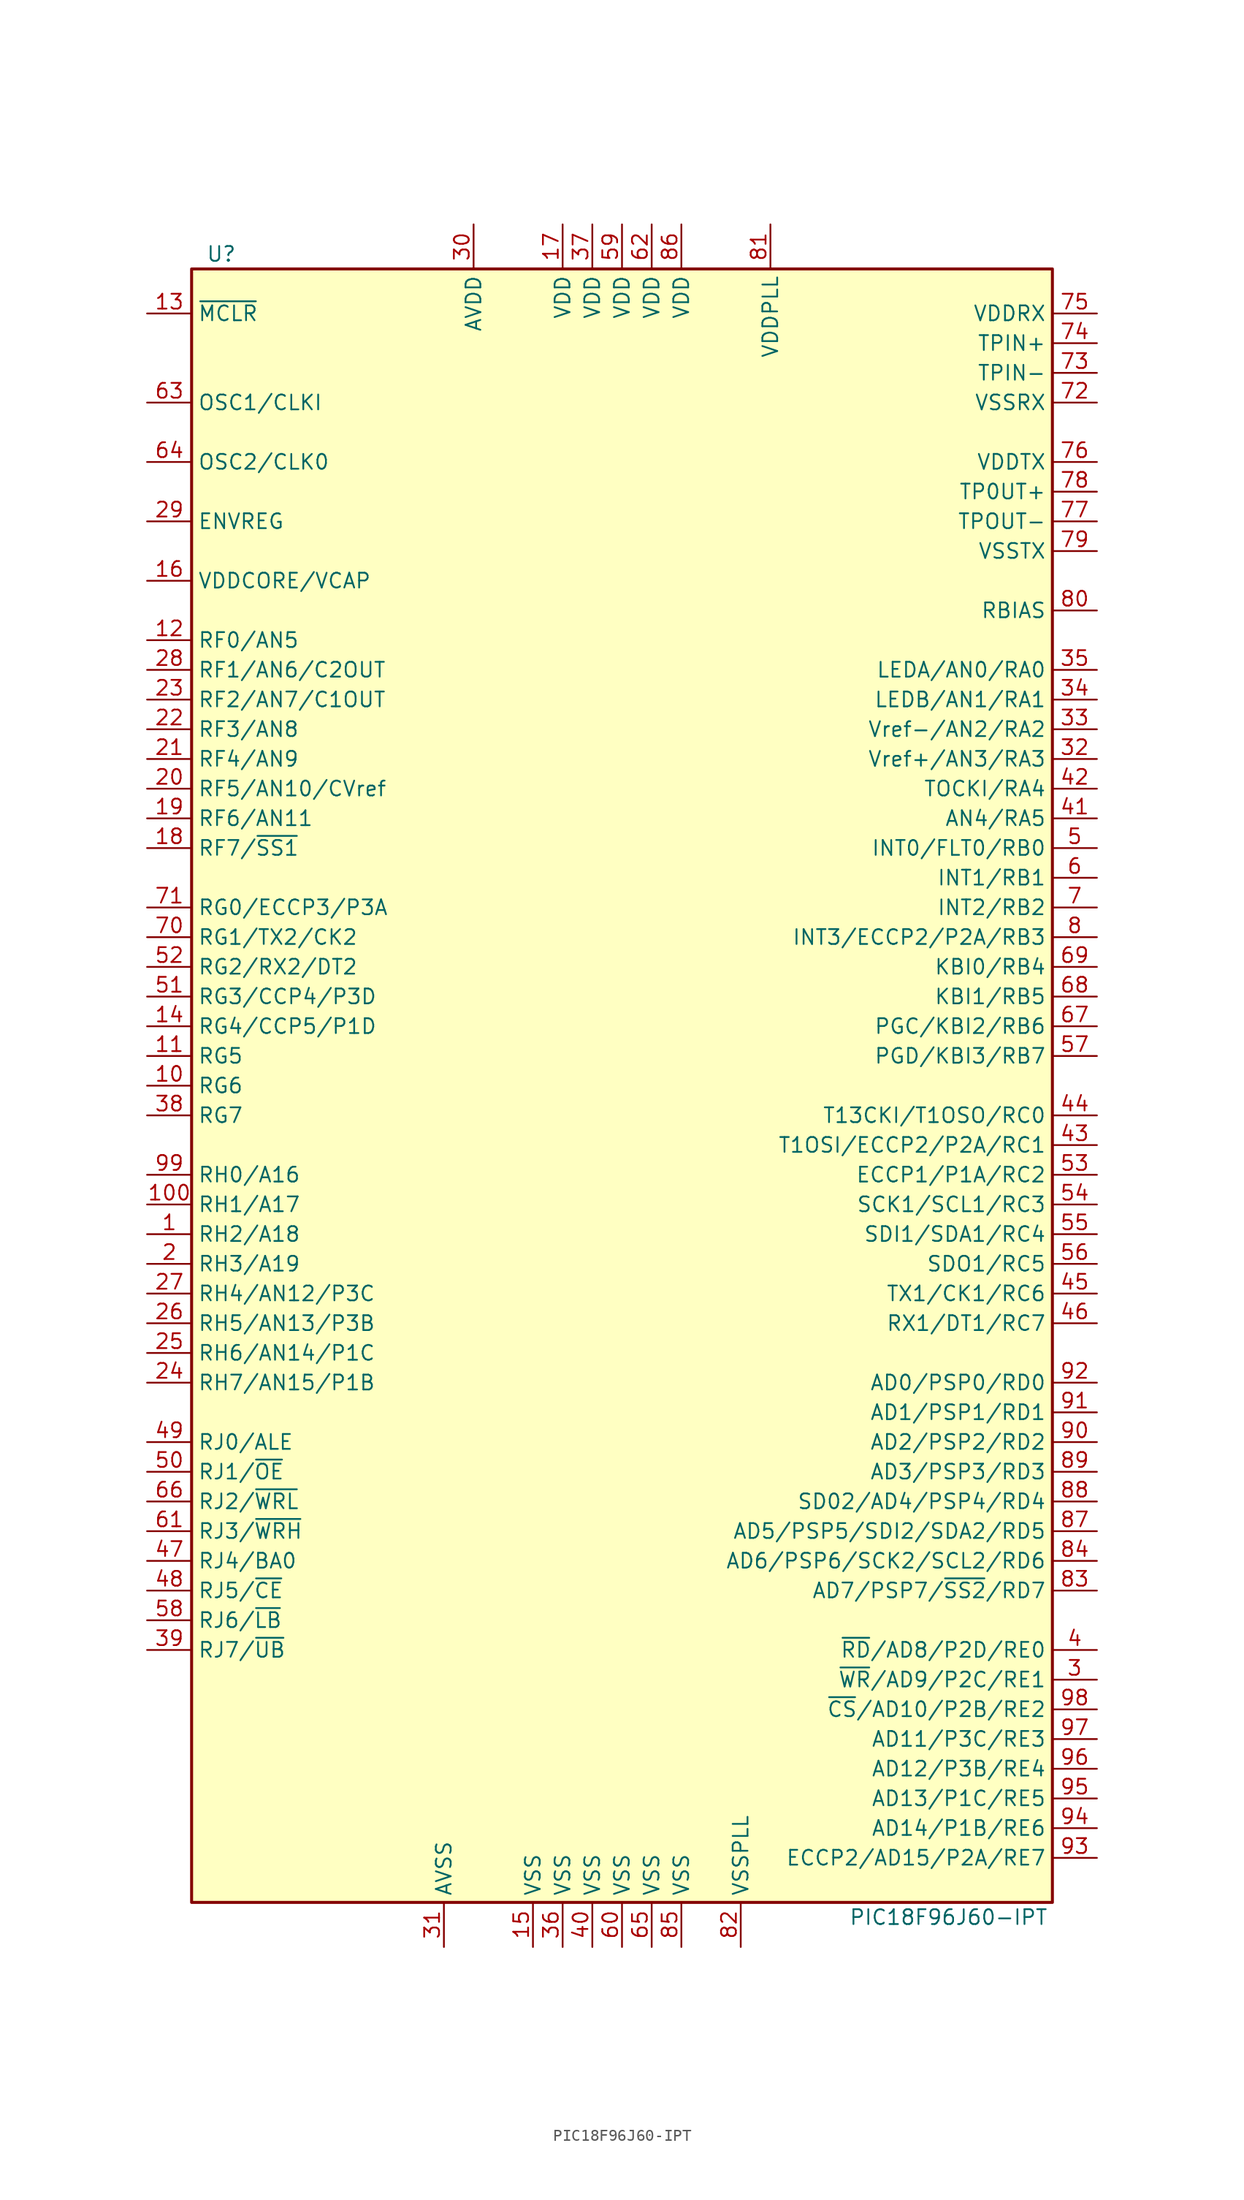
<source format=kicad_sym>
(kicad_symbol_lib
  (version 20200908)
  (generator kicad_symbol_editor)
  (symbol "MCU_Microchip_PIC18:PIC18F96J60-IPT"
    (property "Reference" "U"
      (at -34.29 71.12 0)
      (effects (font (size 1.27 1.27))))
    (property "Value" "PIC18F96J60-IPT"
      (at 27.94 -71.12 0)
      (effects (font (size 1.27 1.27))))
    (symbol "PIC18F96J60-IPT_0_1"
      (rectangle (start -36.83 69.85) (end 36.83 -69.85) (stroke (width 0.254)) (fill (type background))))
    (symbol "PIC18F96J60-IPT_1_1"
      (pin bidirectional line (at -40.64 -12.7 0) (length 3.81) (name "RH2/A18" (effects (font (size 1.27 1.27)))) (number "1" (effects (font (size 1.27 1.27)))))
      (pin bidirectional line (at -40.64 0 0) (length 3.81) (name "RG6" (effects (font (size 1.27 1.27)))) (number "10" (effects (font (size 1.27 1.27)))))
      (pin bidirectional line (at -40.64 -10.16 0) (length 3.81) (name "RH1/A17" (effects (font (size 1.27 1.27)))) (number "100" (effects (font (size 1.27 1.27)))))
      (pin bidirectional line (at -40.64 2.54 0) (length 3.81) (name "RG5" (effects (font (size 1.27 1.27)))) (number "11" (effects (font (size 1.27 1.27)))))
      (pin bidirectional line (at -40.64 38.1 0) (length 3.81) (name "RF0/AN5" (effects (font (size 1.27 1.27)))) (number "12" (effects (font (size 1.27 1.27)))))
      (pin input line (at -40.64 66.04 0) (length 3.81) (name "~MCLR~" (effects (font (size 1.27 1.27)))) (number "13" (effects (font (size 1.27 1.27)))))
      (pin bidirectional line (at -40.64 5.08 0) (length 3.81) (name "RG4/CCP5/P1D" (effects (font (size 1.27 1.27)))) (number "14" (effects (font (size 1.27 1.27)))))
      (pin power_in line (at -7.62 -73.66 90) (length 3.81) (name "VSS" (effects (font (size 1.27 1.27)))) (number "15" (effects (font (size 1.27 1.27)))))
      (pin passive line (at -40.64 43.18 0) (length 3.81) (name "VDDCORE/VCAP" (effects (font (size 1.27 1.27)))) (number "16" (effects (font (size 1.27 1.27)))))
      (pin power_in line (at -5.08 73.66 270) (length 3.81) (name "VDD" (effects (font (size 1.27 1.27)))) (number "17" (effects (font (size 1.27 1.27)))))
      (pin bidirectional line (at -40.64 20.32 0) (length 3.81) (name "RF7/~SS1~" (effects (font (size 1.27 1.27)))) (number "18" (effects (font (size 1.27 1.27)))))
      (pin bidirectional line (at -40.64 22.86 0) (length 3.81) (name "RF6/AN11" (effects (font (size 1.27 1.27)))) (number "19" (effects (font (size 1.27 1.27)))))
      (pin bidirectional line (at -40.64 -15.24 0) (length 3.81) (name "RH3/A19" (effects (font (size 1.27 1.27)))) (number "2" (effects (font (size 1.27 1.27)))))
      (pin bidirectional line (at -40.64 25.4 0) (length 3.81) (name "RF5/AN10/CVref" (effects (font (size 1.27 1.27)))) (number "20" (effects (font (size 1.27 1.27)))))
      (pin bidirectional line (at -40.64 27.94 0) (length 3.81) (name "RF4/AN9" (effects (font (size 1.27 1.27)))) (number "21" (effects (font (size 1.27 1.27)))))
      (pin bidirectional line (at -40.64 30.48 0) (length 3.81) (name "RF3/AN8" (effects (font (size 1.27 1.27)))) (number "22" (effects (font (size 1.27 1.27)))))
      (pin bidirectional line (at -40.64 33.02 0) (length 3.81) (name "RF2/AN7/C1OUT" (effects (font (size 1.27 1.27)))) (number "23" (effects (font (size 1.27 1.27)))))
      (pin bidirectional line (at -40.64 -25.4 0) (length 3.81) (name "RH7/AN15/P1B" (effects (font (size 1.27 1.27)))) (number "24" (effects (font (size 1.27 1.27)))))
      (pin bidirectional line (at -40.64 -22.86 0) (length 3.81) (name "RH6/AN14/P1C" (effects (font (size 1.27 1.27)))) (number "25" (effects (font (size 1.27 1.27)))))
      (pin bidirectional line (at -40.64 -20.32 0) (length 3.81) (name "RH5/AN13/P3B" (effects (font (size 1.27 1.27)))) (number "26" (effects (font (size 1.27 1.27)))))
      (pin bidirectional line (at -40.64 -17.78 0) (length 3.81) (name "RH4/AN12/P3C" (effects (font (size 1.27 1.27)))) (number "27" (effects (font (size 1.27 1.27)))))
      (pin bidirectional line (at -40.64 35.56 0) (length 3.81) (name "RF1/AN6/C2OUT" (effects (font (size 1.27 1.27)))) (number "28" (effects (font (size 1.27 1.27)))))
      (pin passive line (at -40.64 48.26 0) (length 3.81) (name "ENVREG" (effects (font (size 1.27 1.27)))) (number "29" (effects (font (size 1.27 1.27)))))
      (pin bidirectional line (at 40.64 -50.8 180) (length 3.81) (name "~WR~/AD9/P2C/RE1" (effects (font (size 1.27 1.27)))) (number "3" (effects (font (size 1.27 1.27)))))
      (pin power_in line (at -12.7 73.66 270) (length 3.81) (name "AVDD" (effects (font (size 1.27 1.27)))) (number "30" (effects (font (size 1.27 1.27)))))
      (pin power_in line (at -15.24 -73.66 90) (length 3.81) (name "AVSS" (effects (font (size 1.27 1.27)))) (number "31" (effects (font (size 1.27 1.27)))))
      (pin bidirectional line (at 40.64 27.94 180) (length 3.81) (name "Vref+/AN3/RA3" (effects (font (size 1.27 1.27)))) (number "32" (effects (font (size 1.27 1.27)))))
      (pin bidirectional line (at 40.64 30.48 180) (length 3.81) (name "Vref-/AN2/RA2" (effects (font (size 1.27 1.27)))) (number "33" (effects (font (size 1.27 1.27)))))
      (pin bidirectional line (at 40.64 33.02 180) (length 3.81) (name "LEDB/AN1/RA1" (effects (font (size 1.27 1.27)))) (number "34" (effects (font (size 1.27 1.27)))))
      (pin bidirectional line (at 40.64 35.56 180) (length 3.81) (name "LEDA/AN0/RA0" (effects (font (size 1.27 1.27)))) (number "35" (effects (font (size 1.27 1.27)))))
      (pin power_in line (at -5.08 -73.66 90) (length 3.81) (name "VSS" (effects (font (size 1.27 1.27)))) (number "36" (effects (font (size 1.27 1.27)))))
      (pin power_in line (at -2.54 73.66 270) (length 3.81) (name "VDD" (effects (font (size 1.27 1.27)))) (number "37" (effects (font (size 1.27 1.27)))))
      (pin bidirectional line (at -40.64 -2.54 0) (length 3.81) (name "RG7" (effects (font (size 1.27 1.27)))) (number "38" (effects (font (size 1.27 1.27)))))
      (pin bidirectional line (at -40.64 -48.26 0) (length 3.81) (name "RJ7/~UB~" (effects (font (size 1.27 1.27)))) (number "39" (effects (font (size 1.27 1.27)))))
      (pin bidirectional line (at 40.64 -48.26 180) (length 3.81) (name "~RD~/AD8/P2D/RE0" (effects (font (size 1.27 1.27)))) (number "4" (effects (font (size 1.27 1.27)))))
      (pin power_in line (at -2.54 -73.66 90) (length 3.81) (name "VSS" (effects (font (size 1.27 1.27)))) (number "40" (effects (font (size 1.27 1.27)))))
      (pin bidirectional line (at 40.64 22.86 180) (length 3.81) (name "AN4/RA5" (effects (font (size 1.27 1.27)))) (number "41" (effects (font (size 1.27 1.27)))))
      (pin bidirectional line (at 40.64 25.4 180) (length 3.81) (name "TOCKI/RA4" (effects (font (size 1.27 1.27)))) (number "42" (effects (font (size 1.27 1.27)))))
      (pin bidirectional line (at 40.64 -5.08 180) (length 3.81) (name "T1OSI/ECCP2/P2A/RC1" (effects (font (size 1.27 1.27)))) (number "43" (effects (font (size 1.27 1.27)))))
      (pin bidirectional line (at 40.64 -2.54 180) (length 3.81) (name "T13CKI/T1OSO/RC0" (effects (font (size 1.27 1.27)))) (number "44" (effects (font (size 1.27 1.27)))))
      (pin bidirectional line (at 40.64 -17.78 180) (length 3.81) (name "TX1/CK1/RC6" (effects (font (size 1.27 1.27)))) (number "45" (effects (font (size 1.27 1.27)))))
      (pin bidirectional line (at 40.64 -20.32 180) (length 3.81) (name "RX1/DT1/RC7" (effects (font (size 1.27 1.27)))) (number "46" (effects (font (size 1.27 1.27)))))
      (pin bidirectional line (at -40.64 -40.64 0) (length 3.81) (name "RJ4/BA0" (effects (font (size 1.27 1.27)))) (number "47" (effects (font (size 1.27 1.27)))))
      (pin bidirectional line (at -40.64 -43.18 0) (length 3.81) (name "RJ5/~CE~" (effects (font (size 1.27 1.27)))) (number "48" (effects (font (size 1.27 1.27)))))
      (pin bidirectional line (at -40.64 -30.48 0) (length 3.81) (name "RJ0/ALE" (effects (font (size 1.27 1.27)))) (number "49" (effects (font (size 1.27 1.27)))))
      (pin bidirectional line (at 40.64 20.32 180) (length 3.81) (name "INT0/FLT0/RB0" (effects (font (size 1.27 1.27)))) (number "5" (effects (font (size 1.27 1.27)))))
      (pin bidirectional line (at -40.64 -33.02 0) (length 3.81) (name "RJ1/~OE~" (effects (font (size 1.27 1.27)))) (number "50" (effects (font (size 1.27 1.27)))))
      (pin bidirectional line (at -40.64 7.62 0) (length 3.81) (name "RG3/CCP4/P3D" (effects (font (size 1.27 1.27)))) (number "51" (effects (font (size 1.27 1.27)))))
      (pin bidirectional line (at -40.64 10.16 0) (length 3.81) (name "RG2/RX2/DT2" (effects (font (size 1.27 1.27)))) (number "52" (effects (font (size 1.27 1.27)))))
      (pin bidirectional line (at 40.64 -7.62 180) (length 3.81) (name "ECCP1/P1A/RC2" (effects (font (size 1.27 1.27)))) (number "53" (effects (font (size 1.27 1.27)))))
      (pin bidirectional line (at 40.64 -10.16 180) (length 3.81) (name "SCK1/SCL1/RC3" (effects (font (size 1.27 1.27)))) (number "54" (effects (font (size 1.27 1.27)))))
      (pin bidirectional line (at 40.64 -12.7 180) (length 3.81) (name "SDI1/SDA1/RC4" (effects (font (size 1.27 1.27)))) (number "55" (effects (font (size 1.27 1.27)))))
      (pin bidirectional line (at 40.64 -15.24 180) (length 3.81) (name "SDO1/RC5" (effects (font (size 1.27 1.27)))) (number "56" (effects (font (size 1.27 1.27)))))
      (pin bidirectional line (at 40.64 2.54 180) (length 3.81) (name "PGD/KBI3/RB7" (effects (font (size 1.27 1.27)))) (number "57" (effects (font (size 1.27 1.27)))))
      (pin bidirectional line (at -40.64 -45.72 0) (length 3.81) (name "RJ6/~LB~" (effects (font (size 1.27 1.27)))) (number "58" (effects (font (size 1.27 1.27)))))
      (pin power_in line (at 0 73.66 270) (length 3.81) (name "VDD" (effects (font (size 1.27 1.27)))) (number "59" (effects (font (size 1.27 1.27)))))
      (pin bidirectional line (at 40.64 17.78 180) (length 3.81) (name "INT1/RB1" (effects (font (size 1.27 1.27)))) (number "6" (effects (font (size 1.27 1.27)))))
      (pin power_in line (at 0 -73.66 90) (length 3.81) (name "VSS" (effects (font (size 1.27 1.27)))) (number "60" (effects (font (size 1.27 1.27)))))
      (pin bidirectional line (at -40.64 -38.1 0) (length 3.81) (name "RJ3/~WRH~" (effects (font (size 1.27 1.27)))) (number "61" (effects (font (size 1.27 1.27)))))
      (pin power_in line (at 2.54 73.66 270) (length 3.81) (name "VDD" (effects (font (size 1.27 1.27)))) (number "62" (effects (font (size 1.27 1.27)))))
      (pin input line (at -40.64 58.42 0) (length 3.81) (name "OSC1/CLKI" (effects (font (size 1.27 1.27)))) (number "63" (effects (font (size 1.27 1.27)))))
      (pin output line (at -40.64 53.34 0) (length 3.81) (name "OSC2/CLK0" (effects (font (size 1.27 1.27)))) (number "64" (effects (font (size 1.27 1.27)))))
      (pin power_in line (at 2.54 -73.66 90) (length 3.81) (name "VSS" (effects (font (size 1.27 1.27)))) (number "65" (effects (font (size 1.27 1.27)))))
      (pin bidirectional line (at -40.64 -35.56 0) (length 3.81) (name "RJ2/~WRL~" (effects (font (size 1.27 1.27)))) (number "66" (effects (font (size 1.27 1.27)))))
      (pin bidirectional line (at 40.64 5.08 180) (length 3.81) (name "PGC/KBI2/RB6" (effects (font (size 1.27 1.27)))) (number "67" (effects (font (size 1.27 1.27)))))
      (pin bidirectional line (at 40.64 7.62 180) (length 3.81) (name "KBI1/RB5" (effects (font (size 1.27 1.27)))) (number "68" (effects (font (size 1.27 1.27)))))
      (pin bidirectional line (at 40.64 10.16 180) (length 3.81) (name "KBI0/RB4" (effects (font (size 1.27 1.27)))) (number "69" (effects (font (size 1.27 1.27)))))
      (pin bidirectional line (at 40.64 15.24 180) (length 3.81) (name "INT2/RB2" (effects (font (size 1.27 1.27)))) (number "7" (effects (font (size 1.27 1.27)))))
      (pin bidirectional line (at -40.64 12.7 0) (length 3.81) (name "RG1/TX2/CK2" (effects (font (size 1.27 1.27)))) (number "70" (effects (font (size 1.27 1.27)))))
      (pin bidirectional line (at -40.64 15.24 0) (length 3.81) (name "RG0/ECCP3/P3A" (effects (font (size 1.27 1.27)))) (number "71" (effects (font (size 1.27 1.27)))))
      (pin power_in line (at 40.64 58.42 180) (length 3.81) (name "VSSRX" (effects (font (size 1.27 1.27)))) (number "72" (effects (font (size 1.27 1.27)))))
      (pin passive line (at 40.64 60.96 180) (length 3.81) (name "TPIN-" (effects (font (size 1.27 1.27)))) (number "73" (effects (font (size 1.27 1.27)))))
      (pin passive line (at 40.64 63.5 180) (length 3.81) (name "TPIN+" (effects (font (size 1.27 1.27)))) (number "74" (effects (font (size 1.27 1.27)))))
      (pin power_in line (at 40.64 66.04 180) (length 3.81) (name "VDDRX" (effects (font (size 1.27 1.27)))) (number "75" (effects (font (size 1.27 1.27)))))
      (pin power_in line (at 40.64 53.34 180) (length 3.81) (name "VDDTX" (effects (font (size 1.27 1.27)))) (number "76" (effects (font (size 1.27 1.27)))))
      (pin passive line (at 40.64 48.26 180) (length 3.81) (name "TPOUT-" (effects (font (size 1.27 1.27)))) (number "77" (effects (font (size 1.27 1.27)))))
      (pin passive line (at 40.64 50.8 180) (length 3.81) (name "TP0UT+" (effects (font (size 1.27 1.27)))) (number "78" (effects (font (size 1.27 1.27)))))
      (pin power_in line (at 40.64 45.72 180) (length 3.81) (name "VSSTX" (effects (font (size 1.27 1.27)))) (number "79" (effects (font (size 1.27 1.27)))))
      (pin bidirectional line (at 40.64 12.7 180) (length 3.81) (name "INT3/ECCP2/P2A/RB3" (effects (font (size 1.27 1.27)))) (number "8" (effects (font (size 1.27 1.27)))))
      (pin passive line (at 40.64 40.64 180) (length 3.81) (name "RBIAS" (effects (font (size 1.27 1.27)))) (number "80" (effects (font (size 1.27 1.27)))))
      (pin power_in line (at 12.7 73.66 270) (length 3.81) (name "VDDPLL" (effects (font (size 1.27 1.27)))) (number "81" (effects (font (size 1.27 1.27)))))
      (pin power_in line (at 10.16 -73.66 90) (length 3.81) (name "VSSPLL" (effects (font (size 1.27 1.27)))) (number "82" (effects (font (size 1.27 1.27)))))
      (pin bidirectional line (at 40.64 -43.18 180) (length 3.81) (name "AD7/PSP7/~SS2~/RD7" (effects (font (size 1.27 1.27)))) (number "83" (effects (font (size 1.27 1.27)))))
      (pin bidirectional line (at 40.64 -40.64 180) (length 3.81) (name "AD6/PSP6/SCK2/SCL2/RD6" (effects (font (size 1.27 1.27)))) (number "84" (effects (font (size 1.27 1.27)))))
      (pin power_in line (at 5.08 -73.66 90) (length 3.81) (name "VSS" (effects (font (size 1.27 1.27)))) (number "85" (effects (font (size 1.27 1.27)))))
      (pin power_in line (at 5.08 73.66 270) (length 3.81) (name "VDD" (effects (font (size 1.27 1.27)))) (number "86" (effects (font (size 1.27 1.27)))))
      (pin bidirectional line (at 40.64 -38.1 180) (length 3.81) (name "AD5/PSP5/SDI2/SDA2/RD5" (effects (font (size 1.27 1.27)))) (number "87" (effects (font (size 1.27 1.27)))))
      (pin bidirectional line (at 40.64 -35.56 180) (length 3.81) (name "SD02/AD4/PSP4/RD4" (effects (font (size 1.27 1.27)))) (number "88" (effects (font (size 1.27 1.27)))))
      (pin bidirectional line (at 40.64 -33.02 180) (length 3.81) (name "AD3/PSP3/RD3" (effects (font (size 1.27 1.27)))) (number "89" (effects (font (size 1.27 1.27)))))
      (pin unconnected line (at -20.32 -73.66 90) (length 3.81) hide (name "NC" (effects (font (size 1.27 1.27)))) (number "9" (effects (font (size 1.27 1.27)))))
      (pin bidirectional line (at 40.64 -30.48 180) (length 3.81) (name "AD2/PSP2/RD2" (effects (font (size 1.27 1.27)))) (number "90" (effects (font (size 1.27 1.27)))))
      (pin bidirectional line (at 40.64 -27.94 180) (length 3.81) (name "AD1/PSP1/RD1" (effects (font (size 1.27 1.27)))) (number "91" (effects (font (size 1.27 1.27)))))
      (pin bidirectional line (at 40.64 -25.4 180) (length 3.81) (name "AD0/PSP0/RD0" (effects (font (size 1.27 1.27)))) (number "92" (effects (font (size 1.27 1.27)))))
      (pin bidirectional line (at 40.64 -66.04 180) (length 3.81) (name "ECCP2/AD15/P2A/RE7" (effects (font (size 1.27 1.27)))) (number "93" (effects (font (size 1.27 1.27)))))
      (pin bidirectional line (at 40.64 -63.5 180) (length 3.81) (name "AD14/P1B/RE6" (effects (font (size 1.27 1.27)))) (number "94" (effects (font (size 1.27 1.27)))))
      (pin bidirectional line (at 40.64 -60.96 180) (length 3.81) (name "AD13/P1C/RE5" (effects (font (size 1.27 1.27)))) (number "95" (effects (font (size 1.27 1.27)))))
      (pin bidirectional line (at 40.64 -58.42 180) (length 3.81) (name "AD12/P3B/RE4" (effects (font (size 1.27 1.27)))) (number "96" (effects (font (size 1.27 1.27)))))
      (pin bidirectional line (at 40.64 -55.88 180) (length 3.81) (name "AD11/P3C/RE3" (effects (font (size 1.27 1.27)))) (number "97" (effects (font (size 1.27 1.27)))))
      (pin bidirectional line (at 40.64 -53.34 180) (length 3.81) (name "~CS~/AD10/P2B/RE2" (effects (font (size 1.27 1.27)))) (number "98" (effects (font (size 1.27 1.27)))))
      (pin bidirectional line (at -40.64 -7.62 0) (length 3.81) (name "RH0/A16" (effects (font (size 1.27 1.27)))) (number "99" (effects (font (size 1.27 1.27))))))))
</source>
